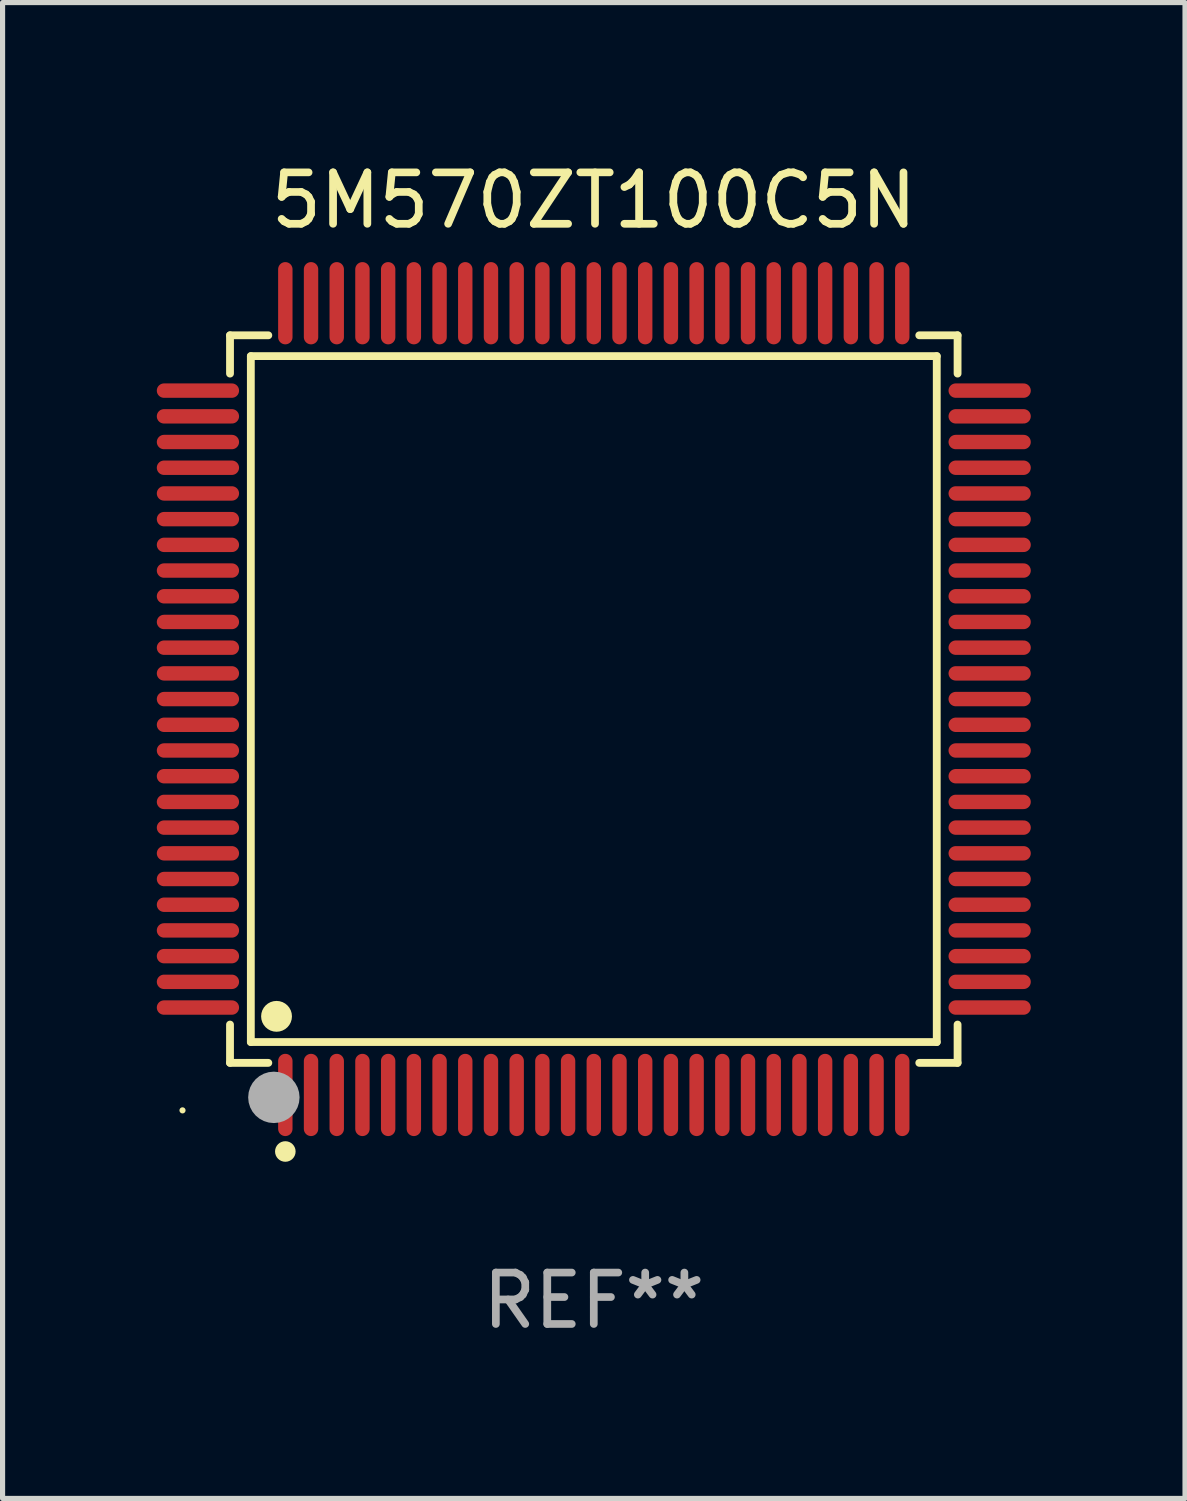
<source format=kicad_pcb>
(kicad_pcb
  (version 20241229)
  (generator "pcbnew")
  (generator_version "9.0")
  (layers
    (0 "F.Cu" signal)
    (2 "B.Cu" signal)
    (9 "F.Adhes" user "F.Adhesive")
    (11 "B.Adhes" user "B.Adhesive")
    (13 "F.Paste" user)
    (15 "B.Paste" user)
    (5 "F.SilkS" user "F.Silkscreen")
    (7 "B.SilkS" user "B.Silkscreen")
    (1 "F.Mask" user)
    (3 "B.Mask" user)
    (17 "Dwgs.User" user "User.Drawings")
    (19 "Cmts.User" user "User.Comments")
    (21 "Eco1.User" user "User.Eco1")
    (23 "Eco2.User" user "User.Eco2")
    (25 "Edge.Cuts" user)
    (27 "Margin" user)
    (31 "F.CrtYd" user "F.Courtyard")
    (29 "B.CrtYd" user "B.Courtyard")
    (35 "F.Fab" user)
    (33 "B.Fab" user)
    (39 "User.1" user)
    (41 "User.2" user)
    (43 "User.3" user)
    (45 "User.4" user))
  (footprint "5M570ZT100C5N"
    (layer "F.Cu")
    (at 8.5 10.548)
    (property "Reference" "5M570ZT100C5N" (at 0 -9.7 0) (layer "F.SilkS") (effects (font (size 1 1) (thickness 0.15))))
    (attr through_hole)
    (fp_line (start -7.076 -7.076) (end -6.331 -7.076) (stroke (width 0.152) (type solid)) (layer "F.SilkS"))
    (fp_line (start -7.076 -6.331) (end -7.076 -7.076) (stroke (width 0.152) (type solid)) (layer "F.SilkS"))
    (fp_line (start -7.076 6.331) (end -7.076 7.076) (stroke (width 0.152) (type solid)) (layer "F.SilkS"))
    (fp_line (start -7.076 7.076) (end -6.331 7.076) (stroke (width 0.152) (type solid)) (layer "F.SilkS"))
    (fp_line (start -6.671 -6.671) (end 6.671 -6.671) (stroke (width 0.152) (type solid)) (layer "F.SilkS"))
    (fp_line (start -6.671 6.671) (end -6.671 -6.671) (stroke (width 0.152) (type solid)) (layer "F.SilkS"))
    (fp_line (start 6.671 -6.671) (end 6.671 6.671) (stroke (width 0.152) (type solid)) (layer "F.SilkS"))
    (fp_line (start 6.671 6.671) (end -6.671 6.671) (stroke (width 0.152) (type solid)) (layer "F.SilkS"))
    (fp_line (start 7.076 -7.076) (end 6.331 -7.076) (stroke (width 0.152) (type solid)) (layer "F.SilkS"))
    (fp_line (start 7.076 -6.331) (end 7.076 -7.076) (stroke (width 0.152) (type solid)) (layer "F.SilkS"))
    (fp_line (start 7.076 6.331) (end 7.076 7.076) (stroke (width 0.152) (type solid)) (layer "F.SilkS"))
    (fp_line (start 7.076 7.076) (end 6.331 7.076) (stroke (width 0.152) (type solid)) (layer "F.SilkS"))
    (fp_circle (center -8 8) (end -7.97 8) (stroke (width 0.06) (type solid)) (fill no) (layer "F.SilkS"))
    (fp_circle (center -6.171 6.171) (end -6.021 6.171) (stroke (width 0.3) (type solid)) (fill no) (layer "F.SilkS"))
    (fp_circle (center -6 8.8) (end -5.9 8.8) (stroke (width 0.2) (type solid)) (fill no) (layer "F.SilkS"))
    (fp_circle (center -6.223 7.747) (end -5.973 7.747) (stroke (width 0.5) (type solid)) (fill no) (layer "F.Fab"))
    (fp_text user "REF**" (at 0 11.7 0) (layer "F.Fab") (effects (font (size 1 1) (thickness 0.15))))
    (pad "1" smd oval (at -6 7.7) (size 0.28 1.6) (layers "F.Cu" "F.Mask" "F.Paste"))
    (pad "2" smd oval (at -5.5 7.7) (size 0.28 1.6) (layers "F.Cu" "F.Mask" "F.Paste"))
    (pad "3" smd oval (at -5 7.7) (size 0.28 1.6) (layers "F.Cu" "F.Mask" "F.Paste"))
    (pad "4" smd oval (at -4.5 7.7) (size 0.28 1.6) (layers "F.Cu" "F.Mask" "F.Paste"))
    (pad "5" smd oval (at -4 7.7) (size 0.28 1.6) (layers "F.Cu" "F.Mask" "F.Paste"))
    (pad "6" smd oval (at -3.5 7.7) (size 0.28 1.6) (layers "F.Cu" "F.Mask" "F.Paste"))
    (pad "7" smd oval (at -3 7.7) (size 0.28 1.6) (layers "F.Cu" "F.Mask" "F.Paste"))
    (pad "8" smd oval (at -2.5 7.7) (size 0.28 1.6) (layers "F.Cu" "F.Mask" "F.Paste"))
    (pad "9" smd oval (at -2 7.7) (size 0.28 1.6) (layers "F.Cu" "F.Mask" "F.Paste"))
    (pad "10" smd oval (at -1.5 7.7) (size 0.28 1.6) (layers "F.Cu" "F.Mask" "F.Paste"))
    (pad "11" smd oval (at -1 7.7) (size 0.28 1.6) (layers "F.Cu" "F.Mask" "F.Paste"))
    (pad "12" smd oval (at -0.5 7.7) (size 0.28 1.6) (layers "F.Cu" "F.Mask" "F.Paste"))
    (pad "13" smd oval (at 0 7.7) (size 0.28 1.6) (layers "F.Cu" "F.Mask" "F.Paste"))
    (pad "14" smd oval (at 0.5 7.7) (size 0.28 1.6) (layers "F.Cu" "F.Mask" "F.Paste"))
    (pad "15" smd oval (at 1 7.7) (size 0.28 1.6) (layers "F.Cu" "F.Mask" "F.Paste"))
    (pad "16" smd oval (at 1.5 7.7) (size 0.28 1.6) (layers "F.Cu" "F.Mask" "F.Paste"))
    (pad "17" smd oval (at 2 7.7) (size 0.28 1.6) (layers "F.Cu" "F.Mask" "F.Paste"))
    (pad "18" smd oval (at 2.5 7.7) (size 0.28 1.6) (layers "F.Cu" "F.Mask" "F.Paste"))
    (pad "19" smd oval (at 3 7.7) (size 0.28 1.6) (layers "F.Cu" "F.Mask" "F.Paste"))
    (pad "20" smd oval (at 3.5 7.7) (size 0.28 1.6) (layers "F.Cu" "F.Mask" "F.Paste"))
    (pad "21" smd oval (at 4 7.7) (size 0.28 1.6) (layers "F.Cu" "F.Mask" "F.Paste"))
    (pad "22" smd oval (at 4.5 7.7) (size 0.28 1.6) (layers "F.Cu" "F.Mask" "F.Paste"))
    (pad "23" smd oval (at 5 7.7) (size 0.28 1.6) (layers "F.Cu" "F.Mask" "F.Paste"))
    (pad "24" smd oval (at 5.5 7.7) (size 0.28 1.6) (layers "F.Cu" "F.Mask" "F.Paste"))
    (pad "25" smd oval (at 6 7.7) (size 0.28 1.6) (layers "F.Cu" "F.Mask" "F.Paste"))
    (pad "26" smd oval (at 7.7 6) (size 1.6 0.28) (layers "F.Cu" "F.Mask" "F.Paste"))
    (pad "27" smd oval (at 7.7 5.5) (size 1.6 0.28) (layers "F.Cu" "F.Mask" "F.Paste"))
    (pad "28" smd oval (at 7.7 5) (size 1.6 0.28) (layers "F.Cu" "F.Mask" "F.Paste"))
    (pad "29" smd oval (at 7.7 4.5) (size 1.6 0.28) (layers "F.Cu" "F.Mask" "F.Paste"))
    (pad "30" smd oval (at 7.7 4) (size 1.6 0.28) (layers "F.Cu" "F.Mask" "F.Paste"))
    (pad "31" smd oval (at 7.7 3.5) (size 1.6 0.28) (layers "F.Cu" "F.Mask" "F.Paste"))
    (pad "32" smd oval (at 7.7 3) (size 1.6 0.28) (layers "F.Cu" "F.Mask" "F.Paste"))
    (pad "33" smd oval (at 7.7 2.5) (size 1.6 0.28) (layers "F.Cu" "F.Mask" "F.Paste"))
    (pad "34" smd oval (at 7.7 2) (size 1.6 0.28) (layers "F.Cu" "F.Mask" "F.Paste"))
    (pad "35" smd oval (at 7.7 1.5) (size 1.6 0.28) (layers "F.Cu" "F.Mask" "F.Paste"))
    (pad "36" smd oval (at 7.7 1) (size 1.6 0.28) (layers "F.Cu" "F.Mask" "F.Paste"))
    (pad "37" smd oval (at 7.7 0.5) (size 1.6 0.28) (layers "F.Cu" "F.Mask" "F.Paste"))
    (pad "38" smd oval (at 7.7 0) (size 1.6 0.28) (layers "F.Cu" "F.Mask" "F.Paste"))
    (pad "39" smd oval (at 7.7 -0.5) (size 1.6 0.28) (layers "F.Cu" "F.Mask" "F.Paste"))
    (pad "40" smd oval (at 7.7 -1) (size 1.6 0.28) (layers "F.Cu" "F.Mask" "F.Paste"))
    (pad "41" smd oval (at 7.7 -1.5) (size 1.6 0.28) (layers "F.Cu" "F.Mask" "F.Paste"))
    (pad "42" smd oval (at 7.7 -2) (size 1.6 0.28) (layers "F.Cu" "F.Mask" "F.Paste"))
    (pad "43" smd oval (at 7.7 -2.5) (size 1.6 0.28) (layers "F.Cu" "F.Mask" "F.Paste"))
    (pad "44" smd oval (at 7.7 -3) (size 1.6 0.28) (layers "F.Cu" "F.Mask" "F.Paste"))
    (pad "45" smd oval (at 7.7 -3.5) (size 1.6 0.28) (layers "F.Cu" "F.Mask" "F.Paste"))
    (pad "46" smd oval (at 7.7 -4) (size 1.6 0.28) (layers "F.Cu" "F.Mask" "F.Paste"))
    (pad "47" smd oval (at 7.7 -4.5) (size 1.6 0.28) (layers "F.Cu" "F.Mask" "F.Paste"))
    (pad "48" smd oval (at 7.7 -5) (size 1.6 0.28) (layers "F.Cu" "F.Mask" "F.Paste"))
    (pad "49" smd oval (at 7.7 -5.5) (size 1.6 0.28) (layers "F.Cu" "F.Mask" "F.Paste"))
    (pad "50" smd oval (at 7.7 -6) (size 1.6 0.28) (layers "F.Cu" "F.Mask" "F.Paste"))
    (pad "51" smd oval (at 6 -7.7) (size 0.28 1.6) (layers "F.Cu" "F.Mask" "F.Paste"))
    (pad "52" smd oval (at 5.5 -7.7) (size 0.28 1.6) (layers "F.Cu" "F.Mask" "F.Paste"))
    (pad "53" smd oval (at 5 -7.7) (size 0.28 1.6) (layers "F.Cu" "F.Mask" "F.Paste"))
    (pad "54" smd oval (at 4.5 -7.7) (size 0.28 1.6) (layers "F.Cu" "F.Mask" "F.Paste"))
    (pad "55" smd oval (at 4 -7.7) (size 0.28 1.6) (layers "F.Cu" "F.Mask" "F.Paste"))
    (pad "56" smd oval (at 3.5 -7.7) (size 0.28 1.6) (layers "F.Cu" "F.Mask" "F.Paste"))
    (pad "57" smd oval (at 3 -7.7) (size 0.28 1.6) (layers "F.Cu" "F.Mask" "F.Paste"))
    (pad "58" smd oval (at 2.5 -7.7) (size 0.28 1.6) (layers "F.Cu" "F.Mask" "F.Paste"))
    (pad "59" smd oval (at 2 -7.7) (size 0.28 1.6) (layers "F.Cu" "F.Mask" "F.Paste"))
    (pad "60" smd oval (at 1.5 -7.7) (size 0.28 1.6) (layers "F.Cu" "F.Mask" "F.Paste"))
    (pad "61" smd oval (at 1 -7.7) (size 0.28 1.6) (layers "F.Cu" "F.Mask" "F.Paste"))
    (pad "62" smd oval (at 0.5 -7.7) (size 0.28 1.6) (layers "F.Cu" "F.Mask" "F.Paste"))
    (pad "63" smd oval (at 0 -7.7) (size 0.28 1.6) (layers "F.Cu" "F.Mask" "F.Paste"))
    (pad "64" smd oval (at -0.5 -7.7) (size 0.28 1.6) (layers "F.Cu" "F.Mask" "F.Paste"))
    (pad "65" smd oval (at -1 -7.7) (size 0.28 1.6) (layers "F.Cu" "F.Mask" "F.Paste"))
    (pad "66" smd oval (at -1.5 -7.7) (size 0.28 1.6) (layers "F.Cu" "F.Mask" "F.Paste"))
    (pad "67" smd oval (at -2 -7.7) (size 0.28 1.6) (layers "F.Cu" "F.Mask" "F.Paste"))
    (pad "68" smd oval (at -2.5 -7.7) (size 0.28 1.6) (layers "F.Cu" "F.Mask" "F.Paste"))
    (pad "69" smd oval (at -3 -7.7) (size 0.28 1.6) (layers "F.Cu" "F.Mask" "F.Paste"))
    (pad "70" smd oval (at -3.5 -7.7) (size 0.28 1.6) (layers "F.Cu" "F.Mask" "F.Paste"))
    (pad "71" smd oval (at -4 -7.7) (size 0.28 1.6) (layers "F.Cu" "F.Mask" "F.Paste"))
    (pad "72" smd oval (at -4.5 -7.7) (size 0.28 1.6) (layers "F.Cu" "F.Mask" "F.Paste"))
    (pad "73" smd oval (at -5 -7.7) (size 0.28 1.6) (layers "F.Cu" "F.Mask" "F.Paste"))
    (pad "74" smd oval (at -5.5 -7.7) (size 0.28 1.6) (layers "F.Cu" "F.Mask" "F.Paste"))
    (pad "75" smd oval (at -6 -7.7) (size 0.28 1.6) (layers "F.Cu" "F.Mask" "F.Paste"))
    (pad "76" smd oval (at -7.7 -6) (size 1.6 0.28) (layers "F.Cu" "F.Mask" "F.Paste"))
    (pad "77" smd oval (at -7.7 -5.5) (size 1.6 0.28) (layers "F.Cu" "F.Mask" "F.Paste"))
    (pad "78" smd oval (at -7.7 -5) (size 1.6 0.28) (layers "F.Cu" "F.Mask" "F.Paste"))
    (pad "79" smd oval (at -7.7 -4.5) (size 1.6 0.28) (layers "F.Cu" "F.Mask" "F.Paste"))
    (pad "80" smd oval (at -7.7 -4) (size 1.6 0.28) (layers "F.Cu" "F.Mask" "F.Paste"))
    (pad "81" smd oval (at -7.7 -3.5) (size 1.6 0.28) (layers "F.Cu" "F.Mask" "F.Paste"))
    (pad "82" smd oval (at -7.7 -3) (size 1.6 0.28) (layers "F.Cu" "F.Mask" "F.Paste"))
    (pad "83" smd oval (at -7.7 -2.5) (size 1.6 0.28) (layers "F.Cu" "F.Mask" "F.Paste"))
    (pad "84" smd oval (at -7.7 -2) (size 1.6 0.28) (layers "F.Cu" "F.Mask" "F.Paste"))
    (pad "85" smd oval (at -7.7 -1.5) (size 1.6 0.28) (layers "F.Cu" "F.Mask" "F.Paste"))
    (pad "86" smd oval (at -7.7 -1) (size 1.6 0.28) (layers "F.Cu" "F.Mask" "F.Paste"))
    (pad "87" smd oval (at -7.7 -0.5) (size 1.6 0.28) (layers "F.Cu" "F.Mask" "F.Paste"))
    (pad "88" smd oval (at -7.7 0) (size 1.6 0.28) (layers "F.Cu" "F.Mask" "F.Paste"))
    (pad "89" smd oval (at -7.7 0.5) (size 1.6 0.28) (layers "F.Cu" "F.Mask" "F.Paste"))
    (pad "90" smd oval (at -7.7 1) (size 1.6 0.28) (layers "F.Cu" "F.Mask" "F.Paste"))
    (pad "91" smd oval (at -7.7 1.5) (size 1.6 0.28) (layers "F.Cu" "F.Mask" "F.Paste"))
    (pad "92" smd oval (at -7.7 2) (size 1.6 0.28) (layers "F.Cu" "F.Mask" "F.Paste"))
    (pad "93" smd oval (at -7.7 2.5) (size 1.6 0.28) (layers "F.Cu" "F.Mask" "F.Paste"))
    (pad "94" smd oval (at -7.7 3) (size 1.6 0.28) (layers "F.Cu" "F.Mask" "F.Paste"))
    (pad "95" smd oval (at -7.7 3.5) (size 1.6 0.28) (layers "F.Cu" "F.Mask" "F.Paste"))
    (pad "96" smd oval (at -7.7 4) (size 1.6 0.28) (layers "F.Cu" "F.Mask" "F.Paste"))
    (pad "97" smd oval (at -7.7 4.5) (size 1.6 0.28) (layers "F.Cu" "F.Mask" "F.Paste"))
    (pad "98" smd oval (at -7.7 5) (size 1.6 0.28) (layers "F.Cu" "F.Mask" "F.Paste"))
    (pad "99" smd oval (at -7.7 5.5) (size 1.6 0.28) (layers "F.Cu" "F.Mask" "F.Paste"))
    (pad "100" smd oval (at -7.7 6) (size 1.6 0.28) (layers "F.Cu" "F.Mask" "F.Paste")))
  (gr_rect
    (start -3 -3)
    (end 20 26.097)
    (stroke (width 0.1) (type default))
    (fill no)
    (layer "Edge.Cuts")))
</source>
